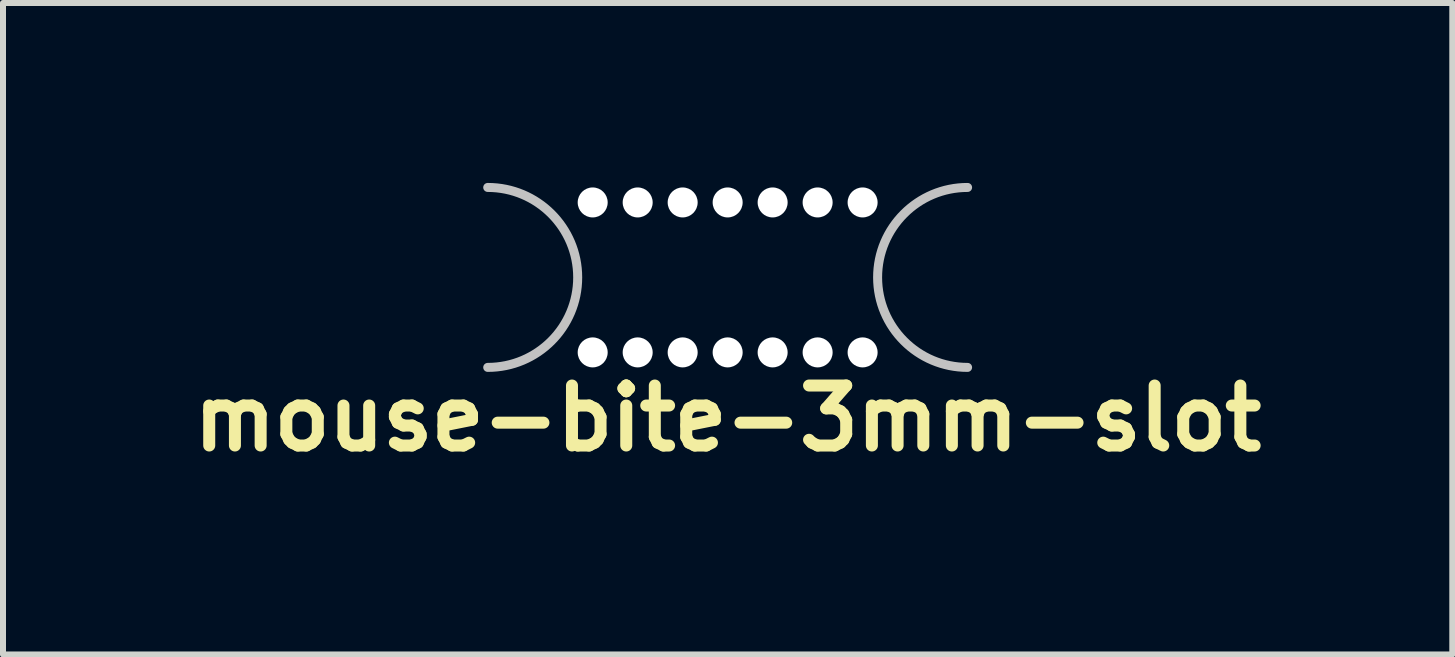
<source format=kicad_pcb>
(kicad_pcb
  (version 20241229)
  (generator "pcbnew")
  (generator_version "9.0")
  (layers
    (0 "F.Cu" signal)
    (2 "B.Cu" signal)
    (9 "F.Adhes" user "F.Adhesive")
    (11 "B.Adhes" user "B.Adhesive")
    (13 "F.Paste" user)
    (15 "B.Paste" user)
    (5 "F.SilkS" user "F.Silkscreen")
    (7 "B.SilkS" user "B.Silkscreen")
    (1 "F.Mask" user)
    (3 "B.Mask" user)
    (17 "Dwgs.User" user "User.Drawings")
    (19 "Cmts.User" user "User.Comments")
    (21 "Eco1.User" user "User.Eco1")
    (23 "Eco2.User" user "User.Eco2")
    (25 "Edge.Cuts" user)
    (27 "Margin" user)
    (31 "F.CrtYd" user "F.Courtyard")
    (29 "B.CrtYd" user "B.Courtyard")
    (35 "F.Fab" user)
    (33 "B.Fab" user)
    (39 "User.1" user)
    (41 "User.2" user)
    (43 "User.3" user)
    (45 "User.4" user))
  (footprint "mouse-bite-3mm-slot"
    (layer "F.Cu")
    (at 9.081 1.575)
    (property "Reference" "mouse-bite-3mm-slot" (at 0 2.35 0) (layer "F.SilkS") (effects (font (size 1 1) (thickness 0.2))))
    (attr through_hole)
    (fp_arc (start -4 -1.5) (mid -2.5 0) (end -4 1.5) (stroke (width 0.15) (type solid)) (layer "Dwgs.User"))
    (fp_arc (start 4 1.5) (mid 2.5 0) (end 4 -1.5) (stroke (width 0.15) (type solid)) (layer "Dwgs.User"))
    (pad "" np_thru_hole circle (at -2.25 -1.25) (size 0.5 0.5) (drill 0.5) (layers "*.Cu" "*.Mask"))
    (pad "" np_thru_hole circle (at -2.25 1.25) (size 0.5 0.5) (drill 0.5) (layers "*.Cu" "*.Mask"))
    (pad "" np_thru_hole circle (at -1.5 -1.25) (size 0.5 0.5) (drill 0.5) (layers "*.Cu" "*.Mask"))
    (pad "" np_thru_hole circle (at -1.5 1.25) (size 0.5 0.5) (drill 0.5) (layers "*.Cu" "*.Mask"))
    (pad "" np_thru_hole circle (at -0.75 -1.25) (size 0.5 0.5) (drill 0.5) (layers "*.Cu" "*.Mask"))
    (pad "" np_thru_hole circle (at -0.75 1.25) (size 0.5 0.5) (drill 0.5) (layers "*.Cu" "*.Mask"))
    (pad "" np_thru_hole circle (at 0 -1.25) (size 0.5 0.5) (drill 0.5) (layers "*.Cu" "*.Mask"))
    (pad "" np_thru_hole circle (at 0 1.25) (size 0.5 0.5) (drill 0.5) (layers "*.Cu" "*.Mask"))
    (pad "" np_thru_hole circle (at 0.75 -1.25) (size 0.5 0.5) (drill 0.5) (layers "*.Cu" "*.Mask"))
    (pad "" np_thru_hole circle (at 0.75 1.25) (size 0.5 0.5) (drill 0.5) (layers "*.Cu" "*.Mask"))
    (pad "" np_thru_hole circle (at 1.5 -1.25) (size 0.5 0.5) (drill 0.5) (layers "*.Cu" "*.Mask"))
    (pad "" np_thru_hole circle (at 1.5 1.25) (size 0.5 0.5) (drill 0.5) (layers "*.Cu" "*.Mask"))
    (pad "" np_thru_hole circle (at 2.25 -1.25) (size 0.5 0.5) (drill 0.5) (layers "*.Cu" "*.Mask"))
    (pad "" np_thru_hole circle (at 2.25 1.25) (size 0.5 0.5) (drill 0.5) (layers "*.Cu" "*.Mask")))
  (gr_rect
    (start -3 -3)
    (end 21.162 7.861)
    (stroke (width 0.1) (type default))
    (fill no)
    (layer "Edge.Cuts")))
</source>
